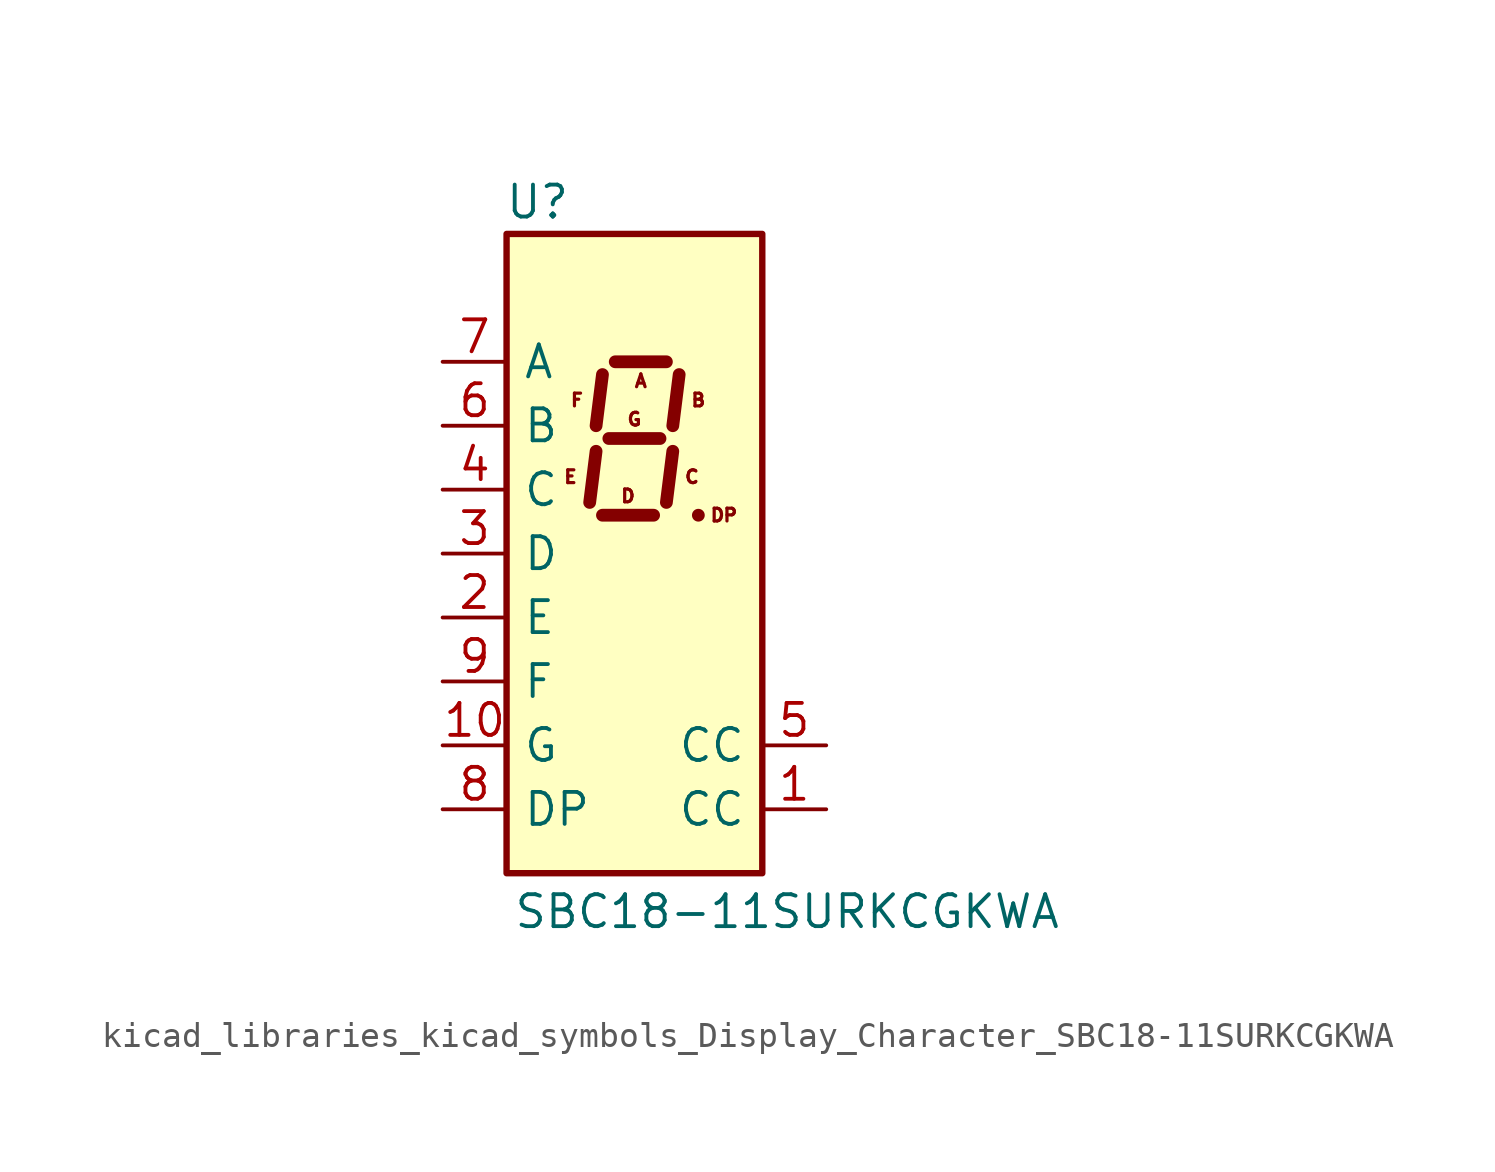
<source format=kicad_sym>
(kicad_symbol_lib
  (version 20220914)
  (generator kicad_symbol_editor)
  (symbol "kicad_libraries_kicad_symbols_Display_Character_SBC18-11SURKCGKWA"
    (pin_names
      (offset 0.635))
    (property "Reference" "U"
      (at -2.54 13.97 0)
      (effects (font (size 1.27 1.27)) (justify right)))
    (property "Value" "SBC18-11SURKCGKWA"
      (at -4.826 -14.224 0)
      (effects (font (size 1.27 1.27)) (justify left)))
    (symbol "kicad_libraries_kicad_symbols_Display_Character_SBC18-11SURKCGKWA_0_0"
      (text "A" (at 0.254 6.858 0) (effects (font (size 0.508 0.508))))
      (text "B" (at 2.54 6.096 0) (effects (font (size 0.508 0.508))))
      (text "C" (at 2.286 3.048 0) (effects (font (size 0.508 0.508))))
      (text "D" (at -0.254 2.286 0) (effects (font (size 0.508 0.508))))
      (text "DP" (at 3.556 1.524 0) (effects (font (size 0.508 0.508))))
      (text "E" (at -2.54 3.048 0) (effects (font (size 0.508 0.508))))
      (text "F" (at -2.286 6.096 0) (effects (font (size 0.508 0.508))))
      (text "G" (at 0 5.334 0) (effects (font (size 0.508 0.508)))))
    (symbol "kicad_libraries_kicad_symbols_Display_Character_SBC18-11SURKCGKWA_0_1"
      (rectangle (start -5.08 12.7) (end 5.08 -12.7) (stroke (width 0.254) (type default)) (fill (type background)))
      (polyline (pts (xy -1.524 4.064) (xy -1.778 2.032)) (stroke (width 0.508) (type default)) (fill (type none)))
      (polyline (pts (xy -1.27 1.524) (xy 0.762 1.524)) (stroke (width 0.508) (type default)) (fill (type none)))
      (polyline (pts (xy -1.27 7.112) (xy -1.524 5.08)) (stroke (width 0.508) (type default)) (fill (type none)))
      (polyline (pts (xy -1.016 4.572) (xy 1.016 4.572)) (stroke (width 0.508) (type default)) (fill (type none)))
      (polyline (pts (xy -0.762 7.62) (xy 1.27 7.62)) (stroke (width 0.508) (type default)) (fill (type none)))
      (polyline (pts (xy 1.524 4.064) (xy 1.27 2.032)) (stroke (width 0.508) (type default)) (fill (type none)))
      (polyline (pts (xy 1.778 7.112) (xy 1.524 5.08)) (stroke (width 0.508) (type default)) (fill (type none)))
      (polyline (pts (xy 2.54 1.524) (xy 2.54 1.524)) (stroke (width 0.508) (type default)) (fill (type none))))
    (symbol "kicad_libraries_kicad_symbols_Display_Character_SBC18-11SURKCGKWA_1_1"
      (pin input line (at 7.62 -10.16 180) (length 2.54) (name "CC" (effects (font (size 1.27 1.27)))) (number "1" (effects (font (size 1.27 1.27)))))
      (pin input line (at -7.62 -7.62 0) (length 2.54) (name "G" (effects (font (size 1.27 1.27)))) (number "10" (effects (font (size 1.27 1.27)))))
      (pin input line (at -7.62 -2.54 0) (length 2.54) (name "E" (effects (font (size 1.27 1.27)))) (number "2" (effects (font (size 1.27 1.27)))))
      (pin input line (at -7.62 0 0) (length 2.54) (name "D" (effects (font (size 1.27 1.27)))) (number "3" (effects (font (size 1.27 1.27)))))
      (pin input line (at -7.62 2.54 0) (length 2.54) (name "C" (effects (font (size 1.27 1.27)))) (number "4" (effects (font (size 1.27 1.27)))))
      (pin input line (at 7.62 -7.62 180) (length 2.54) (name "CC" (effects (font (size 1.27 1.27)))) (number "5" (effects (font (size 1.27 1.27)))))
      (pin input line (at -7.62 5.08 0) (length 2.54) (name "B" (effects (font (size 1.27 1.27)))) (number "6" (effects (font (size 1.27 1.27)))))
      (pin input line (at -7.62 7.62 0) (length 2.54) (name "A" (effects (font (size 1.27 1.27)))) (number "7" (effects (font (size 1.27 1.27)))))
      (pin input line (at -7.62 -10.16 0) (length 2.54) (name "DP" (effects (font (size 1.27 1.27)))) (number "8" (effects (font (size 1.27 1.27)))))
      (pin input line (at -7.62 -5.08 0) (length 2.54) (name "F" (effects (font (size 1.27 1.27)))) (number "9" (effects (font (size 1.27 1.27))))))))
</source>
